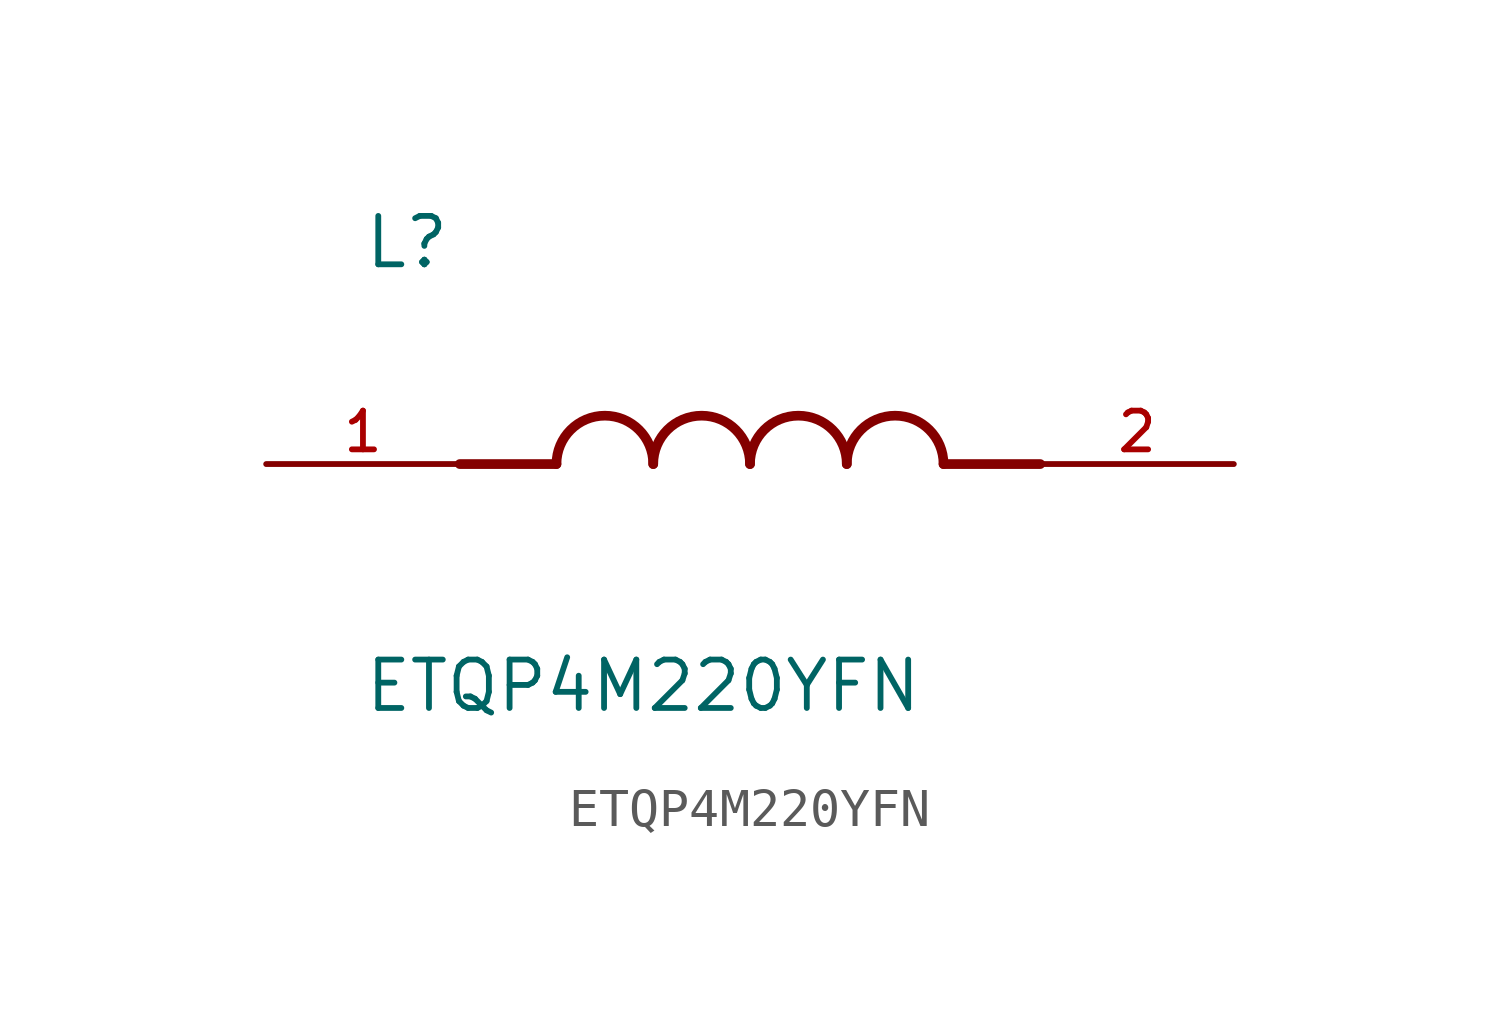
<source format=kicad_sym>
(kicad_symbol_lib
  (version 20211014)
  (generator kicad_symbol_editor)
  (symbol "ETQP4M220YFN"
    (pin_names
      (offset 1.016))
    (property "Reference" "L"
      (at -10.16 5.08 0)
      (effects (font (size 1.27 1.27)) (justify bottom left)))
    (property "Value" "ETQP4M220YFN"
      (at -10.16 -5.08 0)
      (effects (font (size 1.27 1.27)) (justify top left)))
    (symbol "ETQP4M220YFN_0_0"
      (polyline (pts (xy -5.08 0.0) (xy -7.62 0.0)) (stroke (width 0.254)))
      (polyline (pts (xy 5.08 0.0) (xy 7.62 0.0)) (stroke (width 0.254)))
      (arc (start -2.54 0.0) (mid -3.81 1.27) (end -5.08 0.0) (stroke (width 0.254) (type default) (color 0 0 0 0)) (fill (type none)))
      (arc (start 0.0 0.0) (mid -1.27 1.27) (end -2.54 0.0) (stroke (width 0.254) (type default) (color 0 0 0 0)) (fill (type none)))
      (arc (start 2.54 0.0) (mid 1.27 1.27) (end 0.0 0.0) (stroke (width 0.254) (type default) (color 0 0 0 0)) (fill (type none)))
      (arc (start 5.08 0.0) (mid 3.81 1.27) (end 2.54 0.0) (stroke (width 0.254) (type default) (color 0 0 0 0)) (fill (type none)))
      (pin passive line (at -12.7 0.0 0) (length 5.08) (name "~" (effects (font (size 1.016 1.016)))) (number "1" (effects (font (size 1.016 1.016)))))
      (pin passive line (at 12.7 0.0 180.0) (length 5.08) (name "~" (effects (font (size 1.016 1.016)))) (number "2" (effects (font (size 1.016 1.016))))))))
</source>
